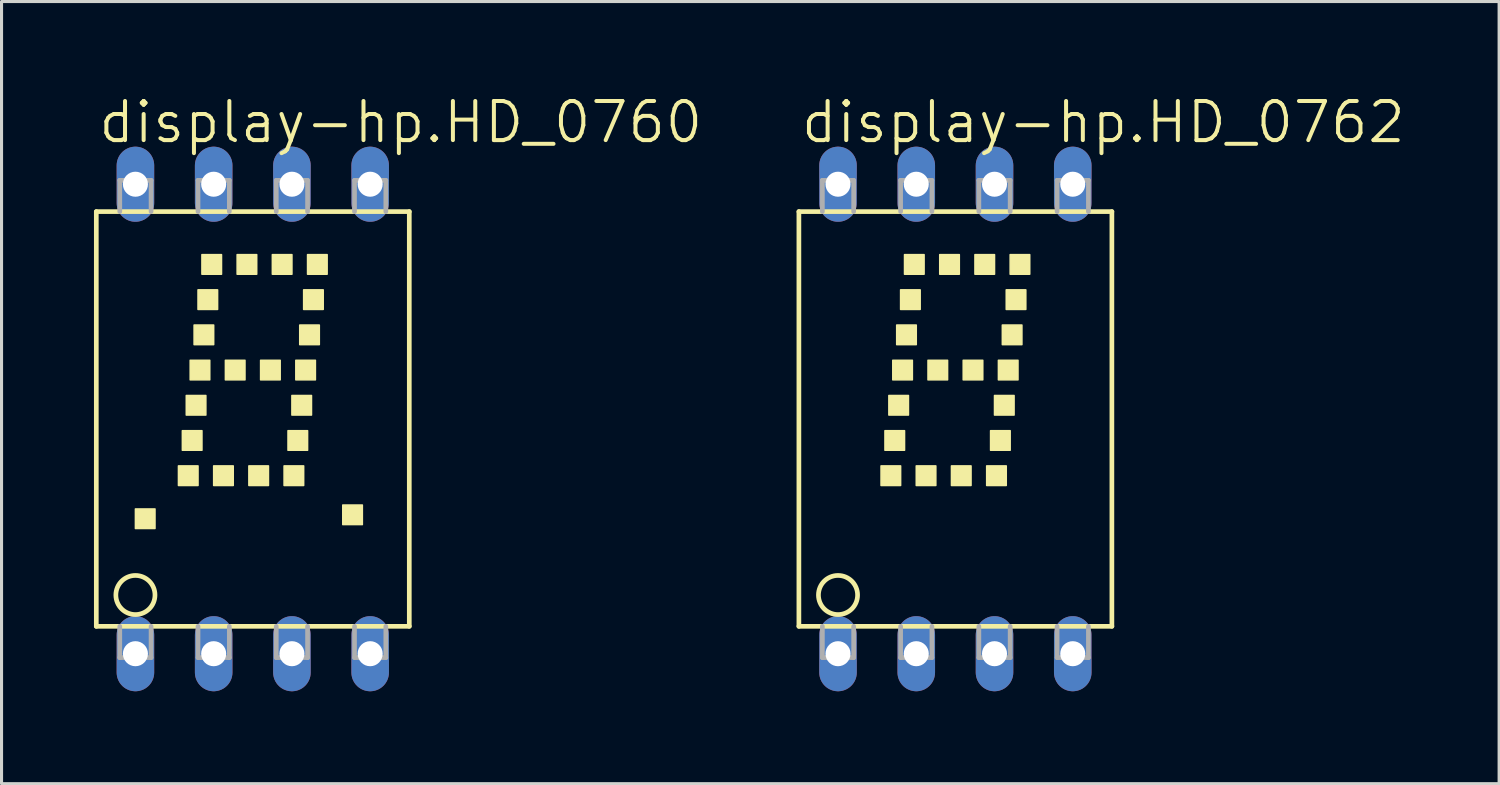
<source format=kicad_pcb>
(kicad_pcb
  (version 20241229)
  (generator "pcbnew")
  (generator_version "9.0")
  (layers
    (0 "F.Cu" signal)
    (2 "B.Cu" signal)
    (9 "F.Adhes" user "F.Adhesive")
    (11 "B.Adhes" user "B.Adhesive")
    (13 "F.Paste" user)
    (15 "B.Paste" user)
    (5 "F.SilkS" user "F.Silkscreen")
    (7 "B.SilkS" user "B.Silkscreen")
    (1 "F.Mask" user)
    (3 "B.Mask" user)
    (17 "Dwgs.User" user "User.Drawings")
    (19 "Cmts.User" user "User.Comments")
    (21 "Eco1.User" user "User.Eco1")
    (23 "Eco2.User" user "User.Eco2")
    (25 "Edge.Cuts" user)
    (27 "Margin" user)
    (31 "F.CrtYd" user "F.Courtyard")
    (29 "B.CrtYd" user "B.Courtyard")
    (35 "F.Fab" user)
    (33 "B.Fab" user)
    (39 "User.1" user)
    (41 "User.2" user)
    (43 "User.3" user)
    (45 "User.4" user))
  (footprint "display-hp.HD_0762"
    (layer "F.Cu")
    (at 27.963 10.55)
    (property "Reference" "display-hp.HD_0762" (at -5.08 -8.89 0) (layer "F.SilkS") (effects (font (size 1.27 1.27) (thickness 0.13)) (justify left bottom)))
    (attr through_hole)
    (fp_line (start -5.08 6.731) (end -5.08 -6.731) (stroke (width 0.152) (type default)) (layer "F.SilkS"))
    (fp_line (start -5.08 6.731) (end 5.08 6.731) (stroke (width 0.152) (type default)) (layer "F.SilkS"))
    (fp_line (start 5.08 -6.731) (end -5.08 -6.731) (stroke (width 0.152) (type default)) (layer "F.SilkS"))
    (fp_line (start 5.08 -6.731) (end 5.08 6.731) (stroke (width 0.152) (type default)) (layer "F.SilkS"))
    (fp_rect (start -2.413 2.159) (end -1.778 1.524) (stroke (width 0.05) (type default)) (fill yes) (layer "F.SilkS"))
    (fp_rect (start -2.286 1.016) (end -1.651 0.381) (stroke (width 0.05) (type default)) (fill yes) (layer "F.SilkS"))
    (fp_rect (start -2.159 -0.127) (end -1.524 -0.762) (stroke (width 0.05) (type default)) (fill yes) (layer "F.SilkS"))
    (fp_rect (start -2.032 -1.27) (end -1.397 -1.905) (stroke (width 0.05) (type default)) (fill yes) (layer "F.SilkS"))
    (fp_rect (start -1.905 -2.413) (end -1.27 -3.048) (stroke (width 0.05) (type default)) (fill yes) (layer "F.SilkS"))
    (fp_rect (start -1.778 -3.556) (end -1.143 -4.191) (stroke (width 0.05) (type default)) (fill yes) (layer "F.SilkS"))
    (fp_rect (start -1.651 -4.699) (end -1.016 -5.334) (stroke (width 0.05) (type default)) (fill yes) (layer "F.SilkS"))
    (fp_rect (start -1.27 2.159) (end -0.635 1.524) (stroke (width 0.05) (type default)) (fill yes) (layer "F.SilkS"))
    (fp_rect (start -0.889 -1.27) (end -0.254 -1.905) (stroke (width 0.05) (type default)) (fill yes) (layer "F.SilkS"))
    (fp_rect (start -0.508 -4.699) (end 0.127 -5.334) (stroke (width 0.05) (type default)) (fill yes) (layer "F.SilkS"))
    (fp_rect (start -0.127 2.159) (end 0.508 1.524) (stroke (width 0.05) (type default)) (fill yes) (layer "F.SilkS"))
    (fp_rect (start 0.254 -1.27) (end 0.889 -1.905) (stroke (width 0.05) (type default)) (fill yes) (layer "F.SilkS"))
    (fp_rect (start 0.635 -4.699) (end 1.27 -5.334) (stroke (width 0.05) (type default)) (fill yes) (layer "F.SilkS"))
    (fp_rect (start 1.016 2.159) (end 1.651 1.524) (stroke (width 0.05) (type default)) (fill yes) (layer "F.SilkS"))
    (fp_rect (start 1.143 1.016) (end 1.778 0.381) (stroke (width 0.05) (type default)) (fill yes) (layer "F.SilkS"))
    (fp_rect (start 1.27 -0.127) (end 1.905 -0.762) (stroke (width 0.05) (type default)) (fill yes) (layer "F.SilkS"))
    (fp_rect (start 1.397 -1.27) (end 2.032 -1.905) (stroke (width 0.05) (type default)) (fill yes) (layer "F.SilkS"))
    (fp_rect (start 1.524 -2.413) (end 2.159 -3.048) (stroke (width 0.05) (type default)) (fill yes) (layer "F.SilkS"))
    (fp_rect (start 1.651 -3.556) (end 2.286 -4.191) (stroke (width 0.05) (type default)) (fill yes) (layer "F.SilkS"))
    (fp_rect (start 1.778 -4.699) (end 2.413 -5.334) (stroke (width 0.05) (type default)) (fill yes) (layer "F.SilkS"))
    (fp_circle (center -3.81 5.715) (end -3.175 5.715) (stroke (width 0.152) (type default)) (fill no) (layer "F.SilkS"))
    (fp_line (start -4.318 -7.747) (end -4.318 -6.731) (stroke (width 0.152) (type default)) (layer "F.Fab"))
    (fp_line (start -4.318 -7.747) (end -3.302 -7.747) (stroke (width 0.152) (type default)) (layer "F.Fab"))
    (fp_line (start -4.318 6.731) (end -4.318 7.747) (stroke (width 0.152) (type default)) (layer "F.Fab"))
    (fp_line (start -4.318 7.747) (end -3.302 7.747) (stroke (width 0.152) (type default)) (layer "F.Fab"))
    (fp_line (start -3.302 -7.747) (end -3.302 -6.731) (stroke (width 0.152) (type default)) (layer "F.Fab"))
    (fp_line (start -3.302 6.731) (end -3.302 7.747) (stroke (width 0.152) (type default)) (layer "F.Fab"))
    (fp_line (start -1.778 -7.747) (end -1.778 -6.731) (stroke (width 0.152) (type default)) (layer "F.Fab"))
    (fp_line (start -1.778 -7.747) (end -0.762 -7.747) (stroke (width 0.152) (type default)) (layer "F.Fab"))
    (fp_line (start -1.778 6.731) (end -1.778 7.747) (stroke (width 0.152) (type default)) (layer "F.Fab"))
    (fp_line (start -1.778 7.747) (end -0.762 7.747) (stroke (width 0.152) (type default)) (layer "F.Fab"))
    (fp_line (start -0.762 -7.747) (end -0.762 -6.731) (stroke (width 0.152) (type default)) (layer "F.Fab"))
    (fp_line (start -0.762 6.731) (end -0.762 7.747) (stroke (width 0.152) (type default)) (layer "F.Fab"))
    (fp_line (start 0.762 -7.747) (end 0.762 -6.731) (stroke (width 0.152) (type default)) (layer "F.Fab"))
    (fp_line (start 0.762 -7.747) (end 1.778 -7.747) (stroke (width 0.152) (type default)) (layer "F.Fab"))
    (fp_line (start 0.762 6.731) (end 0.762 7.747) (stroke (width 0.152) (type default)) (layer "F.Fab"))
    (fp_line (start 0.762 7.747) (end 1.778 7.747) (stroke (width 0.152) (type default)) (layer "F.Fab"))
    (fp_line (start 1.778 -7.747) (end 1.778 -6.731) (stroke (width 0.152) (type default)) (layer "F.Fab"))
    (fp_line (start 1.778 6.731) (end 1.778 7.747) (stroke (width 0.152) (type default)) (layer "F.Fab"))
    (fp_line (start 3.302 -7.747) (end 3.302 -6.731) (stroke (width 0.152) (type default)) (layer "F.Fab"))
    (fp_line (start 3.302 -7.747) (end 4.318 -7.747) (stroke (width 0.152) (type default)) (layer "F.Fab"))
    (fp_line (start 3.302 6.731) (end 3.302 7.747) (stroke (width 0.152) (type default)) (layer "F.Fab"))
    (fp_line (start 3.302 7.747) (end 4.318 7.747) (stroke (width 0.152) (type default)) (layer "F.Fab"))
    (fp_line (start 4.318 -7.747) (end 4.318 -6.731) (stroke (width 0.152) (type default)) (layer "F.Fab"))
    (fp_line (start 4.318 6.731) (end 4.318 7.747) (stroke (width 0.152) (type default)) (layer "F.Fab"))
    (pad "1" thru_hole oval (at -3.81 7.62 90) (size 2.438 1.219) (drill 0.813) (layers "*.Cu" "*.Mask"))
    (pad "2" thru_hole oval (at -1.27 7.62 90) (size 2.438 1.219) (drill 0.813) (layers "*.Cu" "*.Mask"))
    (pad "3" thru_hole oval (at 1.27 7.62 90) (size 2.438 1.219) (drill 0.813) (layers "*.Cu" "*.Mask"))
    (pad "4" thru_hole oval (at 3.81 7.62 90) (size 2.438 1.219) (drill 0.813) (layers "*.Cu" "*.Mask"))
    (pad "5" thru_hole oval (at 3.81 -7.62 90) (size 2.438 1.219) (drill 0.813) (layers "*.Cu" "*.Mask"))
    (pad "6" thru_hole oval (at 1.27 -7.62 90) (size 2.438 1.219) (drill 0.813) (layers "*.Cu" "*.Mask"))
    (pad "7" thru_hole oval (at -1.27 -7.62 90) (size 2.438 1.219) (drill 0.813) (layers "*.Cu" "*.Mask"))
    (pad "8" thru_hole oval (at -3.81 -7.62 90) (size 2.438 1.219) (drill 0.813) (layers "*.Cu" "*.Mask")))
  (footprint "display-hp.HD_0760"
    (layer "F.Cu")
    (at 5.156 10.55)
    (property "Reference" "display-hp.HD_0760" (at -5.08 -8.89 0) (layer "F.SilkS") (effects (font (size 1.27 1.27) (thickness 0.13)) (justify left bottom)))
    (attr through_hole)
    (fp_line (start -5.08 6.731) (end -5.08 -6.731) (stroke (width 0.152) (type default)) (layer "F.SilkS"))
    (fp_line (start -5.08 6.731) (end 5.08 6.731) (stroke (width 0.152) (type default)) (layer "F.SilkS"))
    (fp_line (start 5.08 -6.731) (end -5.08 -6.731) (stroke (width 0.152) (type default)) (layer "F.SilkS"))
    (fp_line (start 5.08 -6.731) (end 5.08 6.731) (stroke (width 0.152) (type default)) (layer "F.SilkS"))
    (fp_rect (start -3.81 3.556) (end -3.175 2.921) (stroke (width 0.05) (type default)) (fill yes) (layer "F.SilkS"))
    (fp_rect (start -2.413 2.159) (end -1.778 1.524) (stroke (width 0.05) (type default)) (fill yes) (layer "F.SilkS"))
    (fp_rect (start -2.286 1.016) (end -1.651 0.381) (stroke (width 0.05) (type default)) (fill yes) (layer "F.SilkS"))
    (fp_rect (start -2.159 -0.127) (end -1.524 -0.762) (stroke (width 0.05) (type default)) (fill yes) (layer "F.SilkS"))
    (fp_rect (start -2.032 -1.27) (end -1.397 -1.905) (stroke (width 0.05) (type default)) (fill yes) (layer "F.SilkS"))
    (fp_rect (start -1.905 -2.413) (end -1.27 -3.048) (stroke (width 0.05) (type default)) (fill yes) (layer "F.SilkS"))
    (fp_rect (start -1.778 -3.556) (end -1.143 -4.191) (stroke (width 0.05) (type default)) (fill yes) (layer "F.SilkS"))
    (fp_rect (start -1.651 -4.699) (end -1.016 -5.334) (stroke (width 0.05) (type default)) (fill yes) (layer "F.SilkS"))
    (fp_rect (start -1.27 2.159) (end -0.635 1.524) (stroke (width 0.05) (type default)) (fill yes) (layer "F.SilkS"))
    (fp_rect (start -0.889 -1.27) (end -0.254 -1.905) (stroke (width 0.05) (type default)) (fill yes) (layer "F.SilkS"))
    (fp_rect (start -0.508 -4.699) (end 0.127 -5.334) (stroke (width 0.05) (type default)) (fill yes) (layer "F.SilkS"))
    (fp_rect (start -0.127 2.159) (end 0.508 1.524) (stroke (width 0.05) (type default)) (fill yes) (layer "F.SilkS"))
    (fp_rect (start 0.254 -1.27) (end 0.889 -1.905) (stroke (width 0.05) (type default)) (fill yes) (layer "F.SilkS"))
    (fp_rect (start 0.635 -4.699) (end 1.27 -5.334) (stroke (width 0.05) (type default)) (fill yes) (layer "F.SilkS"))
    (fp_rect (start 1.016 2.159) (end 1.651 1.524) (stroke (width 0.05) (type default)) (fill yes) (layer "F.SilkS"))
    (fp_rect (start 1.143 1.016) (end 1.778 0.381) (stroke (width 0.05) (type default)) (fill yes) (layer "F.SilkS"))
    (fp_rect (start 1.27 -0.127) (end 1.905 -0.762) (stroke (width 0.05) (type default)) (fill yes) (layer "F.SilkS"))
    (fp_rect (start 1.397 -1.27) (end 2.032 -1.905) (stroke (width 0.05) (type default)) (fill yes) (layer "F.SilkS"))
    (fp_rect (start 1.524 -2.413) (end 2.159 -3.048) (stroke (width 0.05) (type default)) (fill yes) (layer "F.SilkS"))
    (fp_rect (start 1.651 -3.556) (end 2.286 -4.191) (stroke (width 0.05) (type default)) (fill yes) (layer "F.SilkS"))
    (fp_rect (start 1.778 -4.699) (end 2.413 -5.334) (stroke (width 0.05) (type default)) (fill yes) (layer "F.SilkS"))
    (fp_rect (start 2.921 3.429) (end 3.556 2.794) (stroke (width 0.05) (type default)) (fill yes) (layer "F.SilkS"))
    (fp_circle (center -3.81 5.715) (end -3.175 5.715) (stroke (width 0.152) (type default)) (fill no) (layer "F.SilkS"))
    (fp_line (start -4.318 -7.747) (end -4.318 -6.731) (stroke (width 0.152) (type default)) (layer "F.Fab"))
    (fp_line (start -4.318 -7.747) (end -3.302 -7.747) (stroke (width 0.152) (type default)) (layer "F.Fab"))
    (fp_line (start -4.318 6.731) (end -4.318 7.747) (stroke (width 0.152) (type default)) (layer "F.Fab"))
    (fp_line (start -4.318 7.747) (end -3.302 7.747) (stroke (width 0.152) (type default)) (layer "F.Fab"))
    (fp_line (start -3.302 -7.747) (end -3.302 -6.731) (stroke (width 0.152) (type default)) (layer "F.Fab"))
    (fp_line (start -3.302 6.731) (end -3.302 7.747) (stroke (width 0.152) (type default)) (layer "F.Fab"))
    (fp_line (start -1.778 -7.747) (end -1.778 -6.731) (stroke (width 0.152) (type default)) (layer "F.Fab"))
    (fp_line (start -1.778 -7.747) (end -0.762 -7.747) (stroke (width 0.152) (type default)) (layer "F.Fab"))
    (fp_line (start -1.778 6.731) (end -1.778 7.747) (stroke (width 0.152) (type default)) (layer "F.Fab"))
    (fp_line (start -1.778 7.747) (end -0.762 7.747) (stroke (width 0.152) (type default)) (layer "F.Fab"))
    (fp_line (start -0.762 -7.747) (end -0.762 -6.731) (stroke (width 0.152) (type default)) (layer "F.Fab"))
    (fp_line (start -0.762 6.731) (end -0.762 7.747) (stroke (width 0.152) (type default)) (layer "F.Fab"))
    (fp_line (start 0.762 -7.747) (end 0.762 -6.731) (stroke (width 0.152) (type default)) (layer "F.Fab"))
    (fp_line (start 0.762 -7.747) (end 1.778 -7.747) (stroke (width 0.152) (type default)) (layer "F.Fab"))
    (fp_line (start 0.762 6.731) (end 0.762 7.747) (stroke (width 0.152) (type default)) (layer "F.Fab"))
    (fp_line (start 0.762 7.747) (end 1.778 7.747) (stroke (width 0.152) (type default)) (layer "F.Fab"))
    (fp_line (start 1.778 -7.747) (end 1.778 -6.731) (stroke (width 0.152) (type default)) (layer "F.Fab"))
    (fp_line (start 1.778 6.731) (end 1.778 7.747) (stroke (width 0.152) (type default)) (layer "F.Fab"))
    (fp_line (start 3.302 -7.747) (end 3.302 -6.731) (stroke (width 0.152) (type default)) (layer "F.Fab"))
    (fp_line (start 3.302 -7.747) (end 4.318 -7.747) (stroke (width 0.152) (type default)) (layer "F.Fab"))
    (fp_line (start 3.302 6.731) (end 3.302 7.747) (stroke (width 0.152) (type default)) (layer "F.Fab"))
    (fp_line (start 3.302 7.747) (end 4.318 7.747) (stroke (width 0.152) (type default)) (layer "F.Fab"))
    (fp_line (start 4.318 -7.747) (end 4.318 -6.731) (stroke (width 0.152) (type default)) (layer "F.Fab"))
    (fp_line (start 4.318 6.731) (end 4.318 7.747) (stroke (width 0.152) (type default)) (layer "F.Fab"))
    (pad "1" thru_hole oval (at -3.81 7.62 90) (size 2.438 1.219) (drill 0.813) (layers "*.Cu" "*.Mask"))
    (pad "2" thru_hole oval (at -1.27 7.62 90) (size 2.438 1.219) (drill 0.813) (layers "*.Cu" "*.Mask"))
    (pad "3" thru_hole oval (at 1.27 7.62 90) (size 2.438 1.219) (drill 0.813) (layers "*.Cu" "*.Mask"))
    (pad "4" thru_hole oval (at 3.81 7.62 90) (size 2.438 1.219) (drill 0.813) (layers "*.Cu" "*.Mask"))
    (pad "5" thru_hole oval (at 3.81 -7.62 90) (size 2.438 1.219) (drill 0.813) (layers "*.Cu" "*.Mask"))
    (pad "6" thru_hole oval (at 1.27 -7.62 90) (size 2.438 1.219) (drill 0.813) (layers "*.Cu" "*.Mask"))
    (pad "7" thru_hole oval (at -1.27 -7.62 90) (size 2.438 1.219) (drill 0.813) (layers "*.Cu" "*.Mask"))
    (pad "8" thru_hole oval (at -3.81 -7.62 90) (size 2.438 1.219) (drill 0.813) (layers "*.Cu" "*.Mask")))
  (gr_rect
    (start -3 -3)
    (end 45.613 22.389)
    (stroke (width 0.1) (type default))
    (fill no)
    (layer "Edge.Cuts")))
</source>
